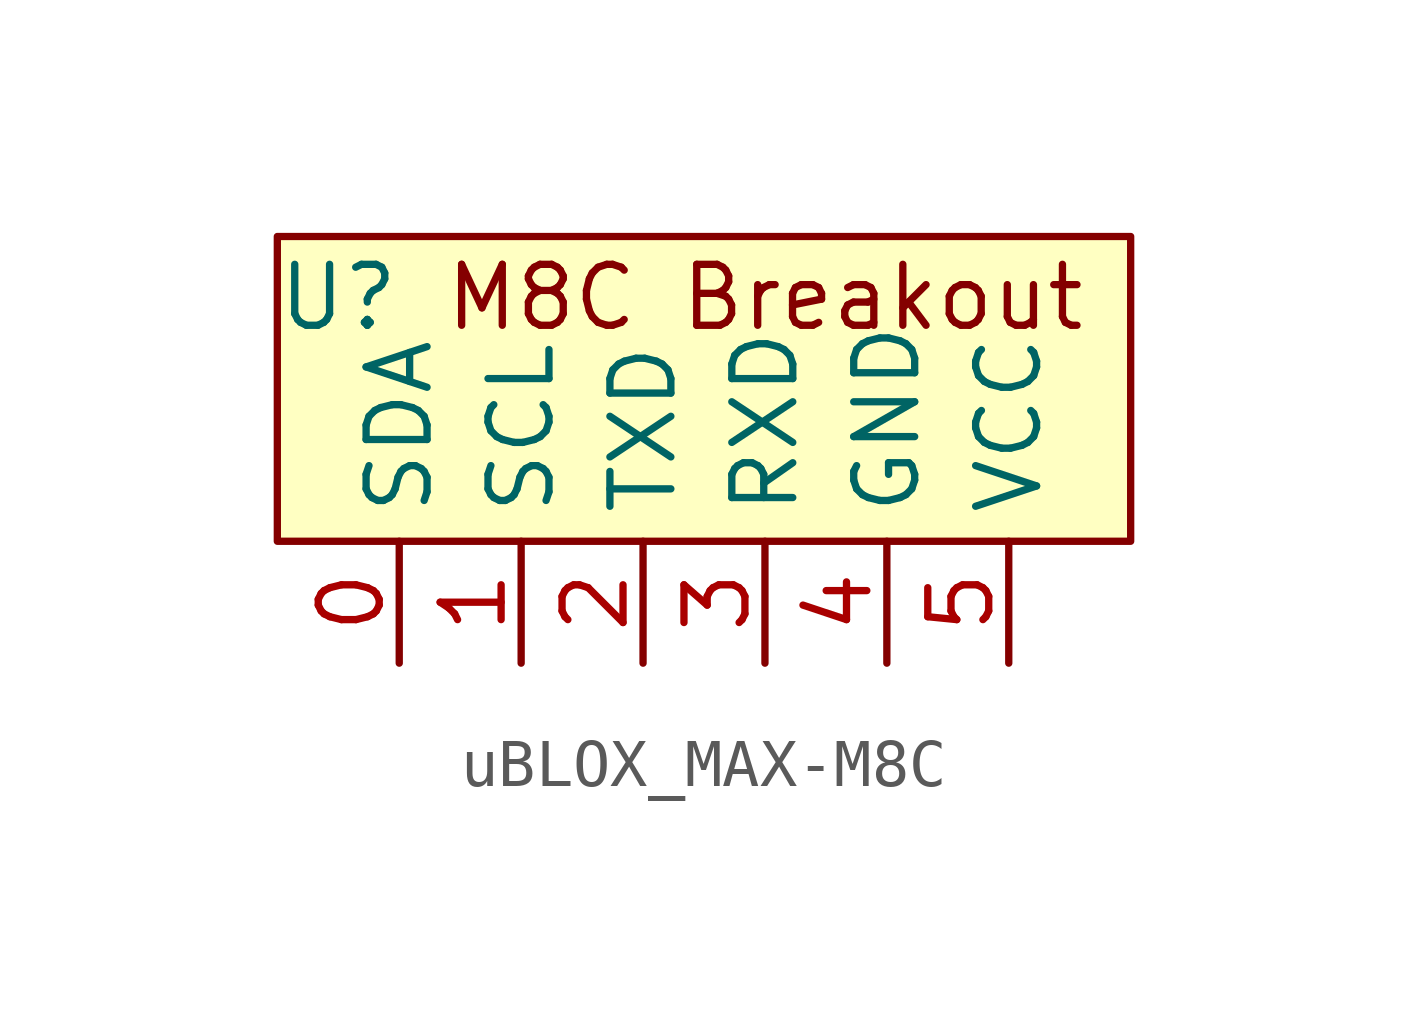
<source format=kicad_sym>
(kicad_symbol_lib
  (version 20220914)
  (generator kicad_symbol_editor)
  (symbol "uBLOX_MAX-M8C"
    (property "Reference" "U"
      (at -1.27 7.62 0)
      (effects (font (size 1.27 1.27))))
    (property "Value" ""
      (at 0 3.81 0)
      (effects (font (size 1.27 1.27))))
    (symbol "uBLOX_MAX-M8C_1_1"
      (rectangle (start -2.54 8.89) (end 15.24 2.54) (stroke (width 0) (type default)) (fill (type background)))
      (text "M8C Breakout\n" (at 7.62 7.62 0) (effects (font (size 1.27 1.27))))
      (pin unspecified line (at 0 0 90) (length 2.54) (name "SDA" (effects (font (size 1.27 1.27)))) (number "0" (effects (font (size 1.27 1.27)))))
      (pin unspecified line (at 2.54 0 90) (length 2.54) (name "SCL" (effects (font (size 1.27 1.27)))) (number "1" (effects (font (size 1.27 1.27)))))
      (pin unspecified line (at 5.08 0 90) (length 2.54) (name "TXD" (effects (font (size 1.27 1.27)))) (number "2" (effects (font (size 1.27 1.27)))))
      (pin unspecified line (at 7.62 0 90) (length 2.54) (name "RXD" (effects (font (size 1.27 1.27)))) (number "3" (effects (font (size 1.27 1.27)))))
      (pin unspecified line (at 10.16 0 90) (length 2.54) (name "GND" (effects (font (size 1.27 1.27)))) (number "4" (effects (font (size 1.27 1.27)))))
      (pin unspecified line (at 12.7 0 90) (length 2.54) (name "VCC" (effects (font (size 1.27 1.27)))) (number "5" (effects (font (size 1.27 1.27))))))))
</source>
